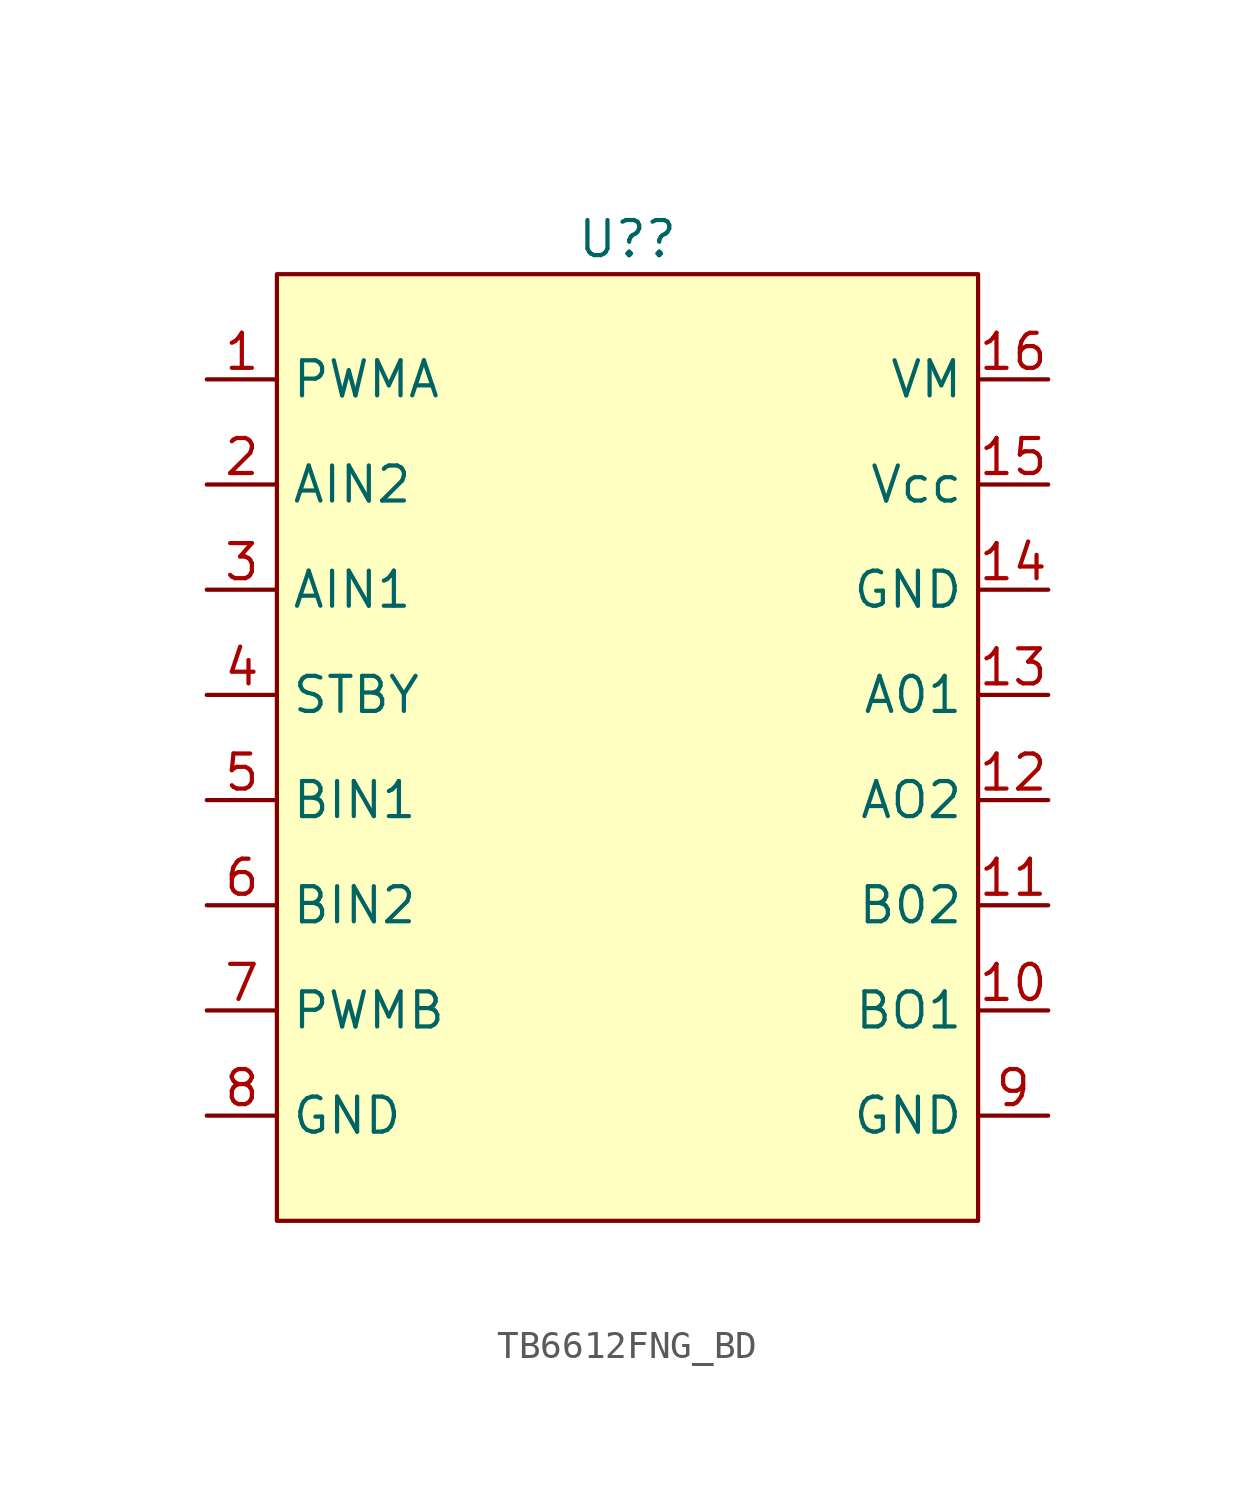
<source format=kicad_sym>
(kicad_symbol_lib
  (version 20231120)
  (generator "kicad_symbol_editor")
  (generator_version "8.0")
  (symbol "TB6612FNG_BD"
    (property "Reference" "U?"
      (at 12.7 1.27 0)
      (effects (font (size 1.27 1.27))))
    (property "Value" ""
      (at 0 0 0)
      (effects (font (size 1.27 1.27))))
    (symbol "TB6612FNG_BD_1_1"
      (rectangle (start 0 0) (end 25.4 -34.29) (stroke (width 0) (type default)) (fill (type background)))
      (pin input line (at -2.54 -3.81 0) (length 2.54) (name "PWMA" (effects (font (size 1.27 1.27)))) (number "1" (effects (font (size 1.27 1.27)))))
      (pin output line (at 27.94 -26.67 180) (length 2.54) (name "BO1" (effects (font (size 1.27 1.27)))) (number "10" (effects (font (size 1.27 1.27)))))
      (pin output line (at 27.94 -22.86 180) (length 2.54) (name "B02" (effects (font (size 1.27 1.27)))) (number "11" (effects (font (size 1.27 1.27)))))
      (pin output line (at 27.94 -19.05 180) (length 2.54) (name "AO2" (effects (font (size 1.27 1.27)))) (number "12" (effects (font (size 1.27 1.27)))))
      (pin output line (at 27.94 -15.24 180) (length 2.54) (name "A01" (effects (font (size 1.27 1.27)))) (number "13" (effects (font (size 1.27 1.27)))))
      (pin power_in line (at 27.94 -11.43 180) (length 2.54) (name "GND" (effects (font (size 1.27 1.27)))) (number "14" (effects (font (size 1.27 1.27)))))
      (pin power_in line (at 27.94 -7.62 180) (length 2.54) (name "Vcc" (effects (font (size 1.27 1.27)))) (number "15" (effects (font (size 1.27 1.27)))))
      (pin power_in line (at 27.94 -3.81 180) (length 2.54) (name "VM" (effects (font (size 1.27 1.27)))) (number "16" (effects (font (size 1.27 1.27)))))
      (pin input line (at -2.54 -7.62 0) (length 2.54) (name "AIN2" (effects (font (size 1.27 1.27)))) (number "2" (effects (font (size 1.27 1.27)))))
      (pin input line (at -2.54 -11.43 0) (length 2.54) (name "AIN1" (effects (font (size 1.27 1.27)))) (number "3" (effects (font (size 1.27 1.27)))))
      (pin input line (at -2.54 -15.24 0) (length 2.54) (name "STBY" (effects (font (size 1.27 1.27)))) (number "4" (effects (font (size 1.27 1.27)))))
      (pin input line (at -2.54 -19.05 0) (length 2.54) (name "BIN1" (effects (font (size 1.27 1.27)))) (number "5" (effects (font (size 1.27 1.27)))))
      (pin input line (at -2.54 -22.86 0) (length 2.54) (name "BIN2" (effects (font (size 1.27 1.27)))) (number "6" (effects (font (size 1.27 1.27)))))
      (pin input line (at -2.54 -26.67 0) (length 2.54) (name "PWMB" (effects (font (size 1.27 1.27)))) (number "7" (effects (font (size 1.27 1.27)))))
      (pin power_in line (at -2.54 -30.48 0) (length 2.54) (name "GND" (effects (font (size 1.27 1.27)))) (number "8" (effects (font (size 1.27 1.27)))))
      (pin power_in line (at 27.94 -30.48 180) (length 2.54) (name "GND" (effects (font (size 1.27 1.27)))) (number "9" (effects (font (size 1.27 1.27))))))))
</source>
